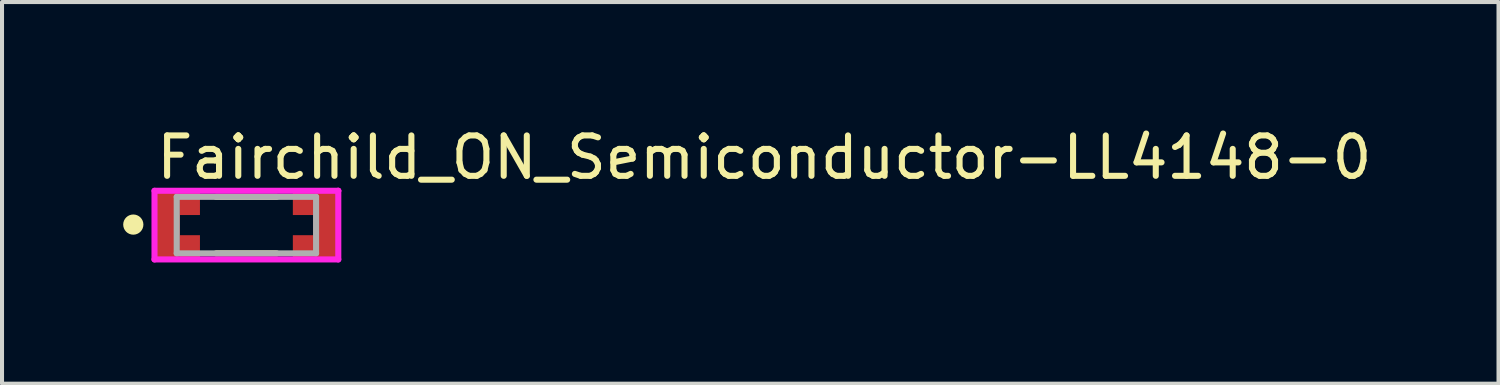
<source format=kicad_pcb>
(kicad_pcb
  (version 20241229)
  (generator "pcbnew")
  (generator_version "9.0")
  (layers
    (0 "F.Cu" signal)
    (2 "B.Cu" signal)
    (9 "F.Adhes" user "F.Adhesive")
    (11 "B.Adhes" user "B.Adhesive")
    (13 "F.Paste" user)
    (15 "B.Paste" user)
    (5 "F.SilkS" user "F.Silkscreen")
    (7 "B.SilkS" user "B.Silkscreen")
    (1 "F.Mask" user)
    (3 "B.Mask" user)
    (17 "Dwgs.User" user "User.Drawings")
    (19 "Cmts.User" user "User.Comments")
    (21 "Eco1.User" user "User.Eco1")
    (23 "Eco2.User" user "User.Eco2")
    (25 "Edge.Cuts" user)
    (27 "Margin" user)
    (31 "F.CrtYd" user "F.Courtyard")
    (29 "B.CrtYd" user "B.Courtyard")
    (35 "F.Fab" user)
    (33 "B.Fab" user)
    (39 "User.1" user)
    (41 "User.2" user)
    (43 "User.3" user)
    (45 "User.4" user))
  (footprint "Fairchild_ON_Semiconductor-LL4148-0"
    (layer "F.Cu")
    (at 3.05 2.523)
    (property "Reference" "Fairchild_ON_Semiconductor-LL4148-0" (at -2.3 -1.675 0) (layer "F.SilkS") (effects (font (size 1 1) (thickness 0.15)) (justify left)))
    (attr through_hole)
    (fp_line (start -0.75 -0.7) (end 0.75 -0.7) (stroke (width 0.15) (type solid)) (layer "F.SilkS"))
    (fp_line (start -0.75 0.7) (end 0.75 0.7) (stroke (width 0.15) (type solid)) (layer "F.SilkS"))
    (fp_circle (center -2.8 -0.013) (end -2.675 -0.013) (stroke (width 0.25) (type solid)) (fill no) (layer "F.SilkS"))
    (fp_line (start -2.275 -0.85) (end -2.275 0.85) (stroke (width 0.15) (type solid)) (layer "F.CrtYd"))
    (fp_line (start -2.275 0.85) (end 2.275 0.85) (stroke (width 0.15) (type solid)) (layer "F.CrtYd"))
    (fp_line (start 2.275 -0.85) (end -2.275 -0.85) (stroke (width 0.15) (type solid)) (layer "F.CrtYd"))
    (fp_line (start 2.275 -0.85) (end 2.275 -0.85) (stroke (width 0.15) (type solid)) (layer "F.CrtYd"))
    (fp_line (start 2.275 0.85) (end 2.275 -0.85) (stroke (width 0.15) (type solid)) (layer "F.CrtYd"))
    (fp_line (start -1.725 -0.7) (end 1.725 -0.7) (stroke (width 0.15) (type solid)) (layer "F.Fab"))
    (fp_line (start -1.725 0.7) (end -1.725 -0.7) (stroke (width 0.15) (type solid)) (layer "F.Fab"))
    (fp_line (start 1.725 -0.7) (end 1.725 0.7) (stroke (width 0.15) (type solid)) (layer "F.Fab"))
    (fp_line (start 1.725 0.7) (end -1.725 0.7) (stroke (width 0.15) (type solid)) (layer "F.Fab"))
    (pad "1" smd rect (at -1.95 0) (size 0.6 1.65) (layers "F.Cu" "F.Mask" "F.Paste"))
    (pad "1" smd rect (at -1.4 -0.537) (size 0.5 0.575) (layers "F.Cu" "F.Mask" "F.Paste"))
    (pad "1" smd rect (at -1.4 0.537) (size 0.5 0.575) (layers "F.Cu" "F.Mask" "F.Paste"))
    (pad "2" smd rect (at 1.4 -0.537) (size 0.5 0.575) (layers "F.Cu" "F.Mask" "F.Paste"))
    (pad "2" smd rect (at 1.4 0.537) (size 0.5 0.575) (layers "F.Cu" "F.Mask" "F.Paste"))
    (pad "2" smd rect (at 1.95 0) (size 0.6 1.65) (layers "F.Cu" "F.Mask" "F.Paste")))
  (gr_rect
    (start -3 -3)
    (end 34.048 6.448)
    (stroke (width 0.1) (type default))
    (fill no)
    (layer "Edge.Cuts")))
</source>
